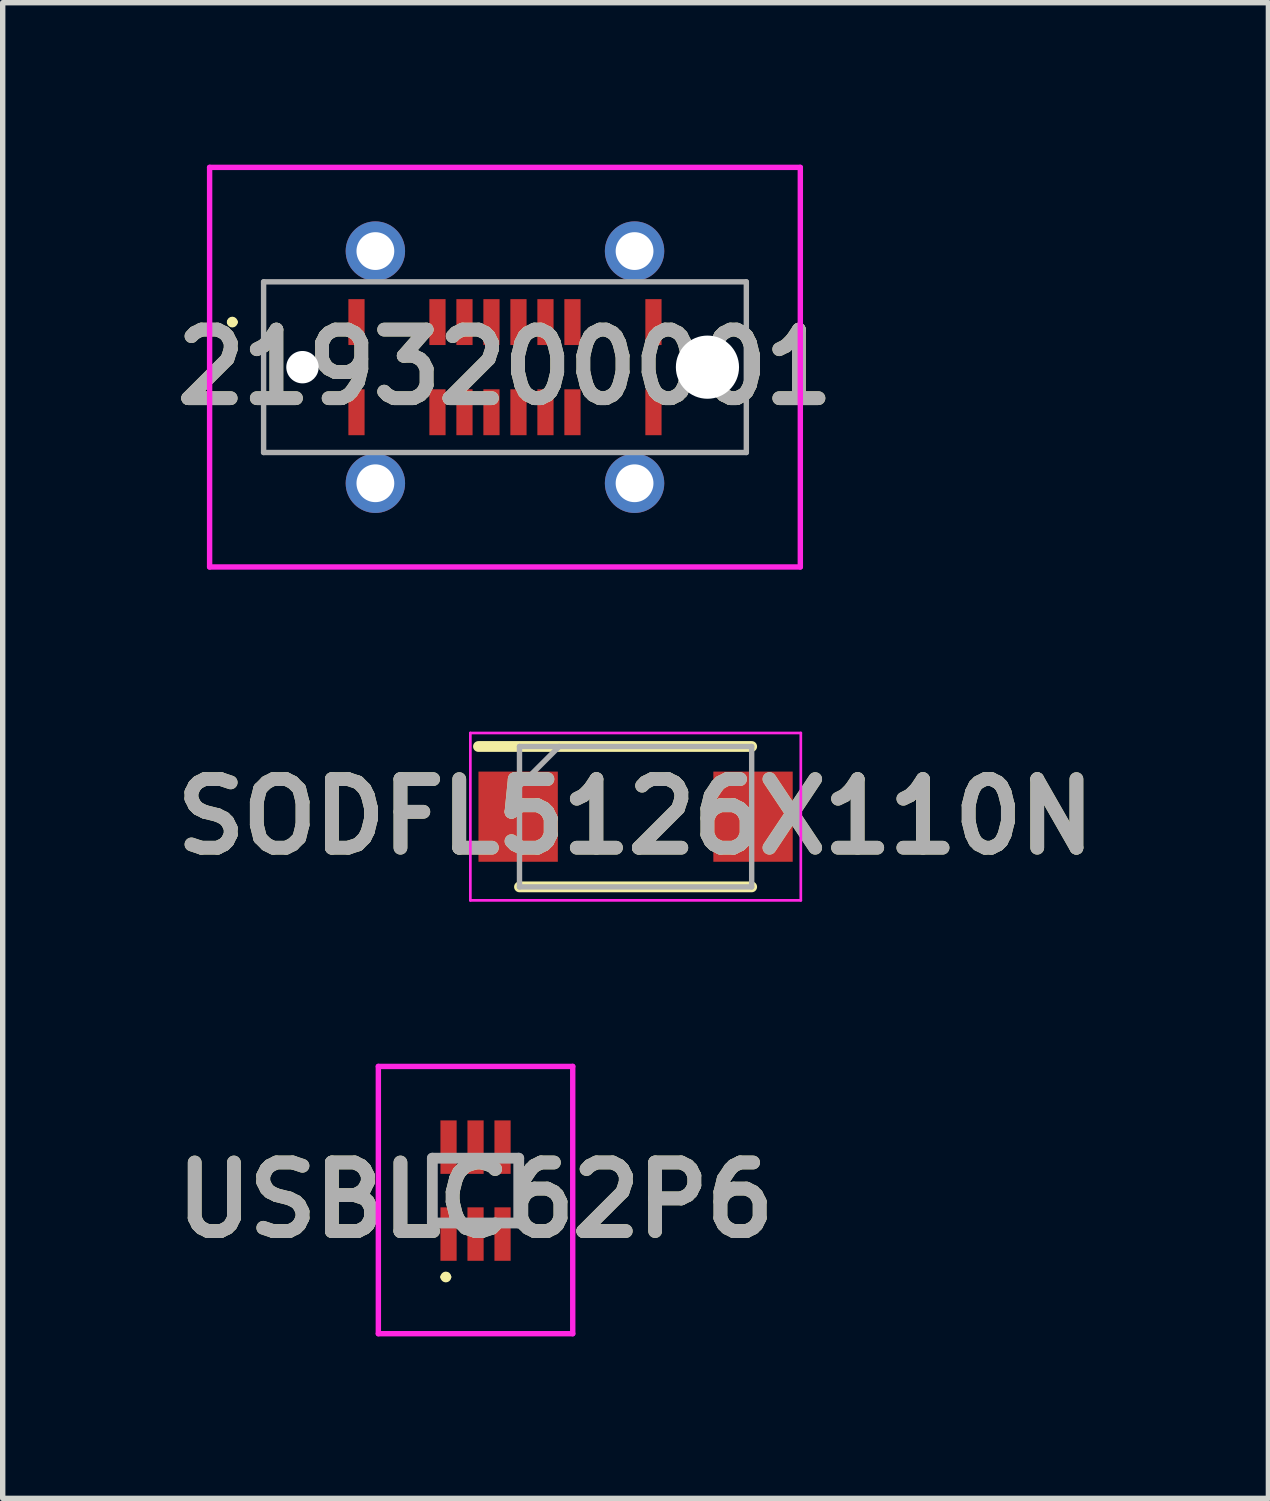
<source format=kicad_pcb>
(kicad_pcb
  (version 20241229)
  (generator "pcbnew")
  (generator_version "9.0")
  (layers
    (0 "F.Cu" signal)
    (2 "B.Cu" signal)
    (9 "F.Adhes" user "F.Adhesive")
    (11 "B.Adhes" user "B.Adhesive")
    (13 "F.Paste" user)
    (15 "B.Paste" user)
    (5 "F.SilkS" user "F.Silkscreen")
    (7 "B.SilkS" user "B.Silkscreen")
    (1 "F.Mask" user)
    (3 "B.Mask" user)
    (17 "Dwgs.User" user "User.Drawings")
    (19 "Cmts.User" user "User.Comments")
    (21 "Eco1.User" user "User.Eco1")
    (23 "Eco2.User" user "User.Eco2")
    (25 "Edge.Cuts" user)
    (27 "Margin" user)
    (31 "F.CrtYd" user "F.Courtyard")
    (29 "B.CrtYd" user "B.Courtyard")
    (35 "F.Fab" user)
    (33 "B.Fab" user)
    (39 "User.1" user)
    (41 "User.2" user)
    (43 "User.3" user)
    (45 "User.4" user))
  (footprint "USBLC62P6"
    (layer "F.Cu")
    (at 5.757 19)
    (property "Reference" "USBLC62P6" (at 0 0.175 0) (layer "F.SilkS") (effects (font (size 1.27 1.27) (thickness 0.254))))
    (attr smd)
    (fp_line (start -0.6 1.6) (end -0.6 1.6) (stroke (width 0.1) (type solid)) (layer "F.SilkS"))
    (fp_line (start -0.5 1.6) (end -0.5 1.6) (stroke (width 0.1) (type solid)) (layer "F.SilkS"))
    (fp_arc (start -0.6 1.6) (mid -0.55 1.55) (end -0.5 1.6) (stroke (width 0.1) (type solid)) (layer "F.SilkS"))
    (fp_arc (start -0.5 1.6) (mid -0.55 1.65) (end -0.6 1.6) (stroke (width 0.1) (type solid)) (layer "F.SilkS"))
    (fp_line (start -1.8 -2.3) (end 1.8 -2.3) (stroke (width 0.1) (type solid)) (layer "F.CrtYd"))
    (fp_line (start -1.8 2.65) (end -1.8 -2.3) (stroke (width 0.1) (type solid)) (layer "F.CrtYd"))
    (fp_line (start 1.8 -2.3) (end 1.8 2.65) (stroke (width 0.1) (type solid)) (layer "F.CrtYd"))
    (fp_line (start 1.8 2.65) (end -1.8 2.65) (stroke (width 0.1) (type solid)) (layer "F.CrtYd"))
    (fp_line (start -0.8 -0.6) (end 0.8 -0.6) (stroke (width 0.2) (type solid)) (layer "F.Fab"))
    (fp_line (start -0.8 0.6) (end -0.8 -0.6) (stroke (width 0.2) (type solid)) (layer "F.Fab"))
    (fp_line (start 0.8 -0.6) (end 0.8 0.6) (stroke (width 0.2) (type solid)) (layer "F.Fab"))
    (fp_line (start 0.8 0.6) (end -0.8 0.6) (stroke (width 0.2) (type solid)) (layer "F.Fab"))
    (fp_text user "${REFERENCE}" (at 0 0.175 0) (layer "F.Fab") (effects (font (size 1.27 1.27) (thickness 0.254))))
    (pad "1" smd rect (at -0.5 0.805) (size 0.3 0.99) (layers "F.Cu" "F.Mask" "F.Paste"))
    (pad "2" smd rect (at 0 0.805) (size 0.3 0.99) (layers "F.Cu" "F.Mask" "F.Paste"))
    (pad "3" smd rect (at 0.5 0.805) (size 0.3 0.99) (layers "F.Cu" "F.Mask" "F.Paste"))
    (pad "4" smd rect (at 0.5 -0.805) (size 0.3 0.99) (layers "F.Cu" "F.Mask" "F.Paste"))
    (pad "5" smd rect (at 0 -0.805) (size 0.3 0.99) (layers "F.Cu" "F.Mask" "F.Paste"))
    (pad "6" smd rect (at -0.5 -0.805) (size 0.3 0.99) (layers "F.Cu" "F.Mask" "F.Paste")))
  (footprint "SODFL5126X110N"
    (layer "F.Cu")
    (at 8.721 12.075)
    (property "Reference" "SODFL5126X110N" (at 0 0 0) (layer "F.SilkS") (effects (font (size 1.27 1.27) (thickness 0.254))))
    (attr smd)
    (fp_line (start -2.91 -1.3) (end 2.15 -1.3) (stroke (width 0.2) (type solid)) (layer "F.SilkS"))
    (fp_line (start -2.15 1.3) (end 2.15 1.3) (stroke (width 0.2) (type solid)) (layer "F.SilkS"))
    (fp_line (start -3.06 -1.55) (end 3.06 -1.55) (stroke (width 0.05) (type solid)) (layer "F.CrtYd"))
    (fp_line (start -3.06 1.55) (end -3.06 -1.55) (stroke (width 0.05) (type solid)) (layer "F.CrtYd"))
    (fp_line (start 3.06 -1.55) (end 3.06 1.55) (stroke (width 0.05) (type solid)) (layer "F.CrtYd"))
    (fp_line (start 3.06 1.55) (end -3.06 1.55) (stroke (width 0.05) (type solid)) (layer "F.CrtYd"))
    (fp_line (start -2.15 -1.3) (end 2.15 -1.3) (stroke (width 0.1) (type solid)) (layer "F.Fab"))
    (fp_line (start -2.15 -0.565) (end -1.415 -1.3) (stroke (width 0.1) (type solid)) (layer "F.Fab"))
    (fp_line (start -2.15 1.3) (end -2.15 -1.3) (stroke (width 0.1) (type solid)) (layer "F.Fab"))
    (fp_line (start 2.15 -1.3) (end 2.15 1.3) (stroke (width 0.1) (type solid)) (layer "F.Fab"))
    (fp_line (start 2.15 1.3) (end -2.15 1.3) (stroke (width 0.1) (type solid)) (layer "F.Fab"))
    (fp_text user "${REFERENCE}" (at 0 0 0) (layer "F.Fab") (effects (font (size 1.27 1.27) (thickness 0.254))))
    (pad "1" smd rect (at -2.175 0) (size 1.47 1.67) (layers "F.Cu" "F.Mask" "F.Paste"))
    (pad "2" smd rect (at 2.175 0) (size 1.47 1.67) (layers "F.Cu" "F.Mask" "F.Paste")))
  (footprint "2193200001"
    (layer "F.Cu")
    (at 6.302 3.75)
    (property "Reference" "2193200001" (at 0 0 0) (layer "F.SilkS") (effects (font (size 1.27 1.27) (thickness 0.254))))
    (attr through_hole)
    (fp_line (start -5.1 -0.835) (end -5.1 -0.835) (stroke (width 0.1) (type solid)) (layer "F.SilkS"))
    (fp_line (start -5 -0.835) (end -5 -0.835) (stroke (width 0.1) (type solid)) (layer "F.SilkS"))
    (fp_arc (start -5.1 -0.835) (mid -5.05 -0.885) (end -5 -0.835) (stroke (width 0.1) (type solid)) (layer "F.SilkS"))
    (fp_arc (start -5 -0.835) (mid -5.05 -0.785) (end -5.1 -0.835) (stroke (width 0.1) (type solid)) (layer "F.SilkS"))
    (fp_line (start -5.47 -3.7) (end 5.47 -3.7) (stroke (width 0.1) (type solid)) (layer "F.CrtYd"))
    (fp_line (start -5.47 3.7) (end -5.47 -3.7) (stroke (width 0.1) (type solid)) (layer "F.CrtYd"))
    (fp_line (start 5.47 -3.7) (end 5.47 3.7) (stroke (width 0.1) (type solid)) (layer "F.CrtYd"))
    (fp_line (start 5.47 3.7) (end -5.47 3.7) (stroke (width 0.1) (type solid)) (layer "F.CrtYd"))
    (fp_line (start -4.47 -1.58) (end 4.47 -1.58) (stroke (width 0.1) (type solid)) (layer "F.Fab"))
    (fp_line (start -4.47 1.58) (end -4.47 -1.58) (stroke (width 0.1) (type solid)) (layer "F.Fab"))
    (fp_line (start 4.47 -1.58) (end 4.47 1.58) (stroke (width 0.1) (type solid)) (layer "F.Fab"))
    (fp_line (start 4.47 1.58) (end -4.47 1.58) (stroke (width 0.1) (type solid)) (layer "F.Fab"))
    (fp_text user "${REFERENCE}" (at 0 0 0) (layer "F.Fab") (effects (font (size 1.27 1.27) (thickness 0.254))))
    (pad "" np_thru_hole circle (at -3.75 0) (size 0.6 0.6) (drill 0.6) (layers "*.Cu" "*.Mask"))
    (pad "" np_thru_hole circle (at 3.75 0) (size 1.17 1.17) (drill 1.17) (layers "*.Cu" "*.Mask"))
    (pad "A1" smd rect (at -2.75 -0.835) (size 0.3 0.85) (layers "F.Cu" "F.Mask" "F.Paste"))
    (pad "A4" smd rect (at -1.25 -0.835) (size 0.3 0.85) (layers "F.Cu" "F.Mask" "F.Paste"))
    (pad "A5" smd rect (at -0.75 -0.835) (size 0.3 0.85) (layers "F.Cu" "F.Mask" "F.Paste"))
    (pad "A6" smd rect (at -0.25 -0.835) (size 0.3 0.85) (layers "F.Cu" "F.Mask" "F.Paste"))
    (pad "A7" smd rect (at 0.25 -0.835) (size 0.3 0.85) (layers "F.Cu" "F.Mask" "F.Paste"))
    (pad "A8" smd rect (at 0.75 -0.835) (size 0.3 0.85) (layers "F.Cu" "F.Mask" "F.Paste"))
    (pad "A9" smd rect (at 1.25 -0.835) (size 0.3 0.85) (layers "F.Cu" "F.Mask" "F.Paste"))
    (pad "A12" smd rect (at 2.75 -0.835) (size 0.3 0.85) (layers "F.Cu" "F.Mask" "F.Paste"))
    (pad "B1" smd rect (at 2.75 0.835) (size 0.3 0.85) (layers "F.Cu" "F.Mask" "F.Paste"))
    (pad "B4" smd rect (at 1.25 0.835) (size 0.3 0.85) (layers "F.Cu" "F.Mask" "F.Paste"))
    (pad "B5" smd rect (at 0.75 0.835) (size 0.3 0.85) (layers "F.Cu" "F.Mask" "F.Paste"))
    (pad "B6" smd rect (at 0.25 0.835) (size 0.3 0.85) (layers "F.Cu" "F.Mask" "F.Paste"))
    (pad "B7" smd rect (at -0.25 0.835) (size 0.3 0.85) (layers "F.Cu" "F.Mask" "F.Paste"))
    (pad "B8" smd rect (at -0.75 0.835) (size 0.3 0.85) (layers "F.Cu" "F.Mask" "F.Paste"))
    (pad "B9" smd rect (at -1.25 0.835) (size 0.3 0.85) (layers "F.Cu" "F.Mask" "F.Paste"))
    (pad "B12" smd rect (at -2.75 0.835) (size 0.3 0.85) (layers "F.Cu" "F.Mask" "F.Paste"))
    (pad "MH3" thru_hole circle (at -2.4 -2.15) (size 1.1 1.1) (drill 0.7) (layers "*.Cu" "*.Mask"))
    (pad "MH4" thru_hole circle (at 2.4 -2.15) (size 1.1 1.1) (drill 0.7) (layers "*.Cu" "*.Mask"))
    (pad "MH5" thru_hole circle (at 2.4 2.15) (size 1.1 1.1) (drill 0.7) (layers "*.Cu" "*.Mask"))
    (pad "MH6" thru_hole circle (at -2.4 2.15) (size 1.1 1.1) (drill 0.7) (layers "*.Cu" "*.Mask")))
  (gr_rect
    (start -3 -3)
    (end 20.441 24.7)
    (stroke (width 0.1) (type default))
    (fill no)
    (layer "Edge.Cuts")))
</source>
